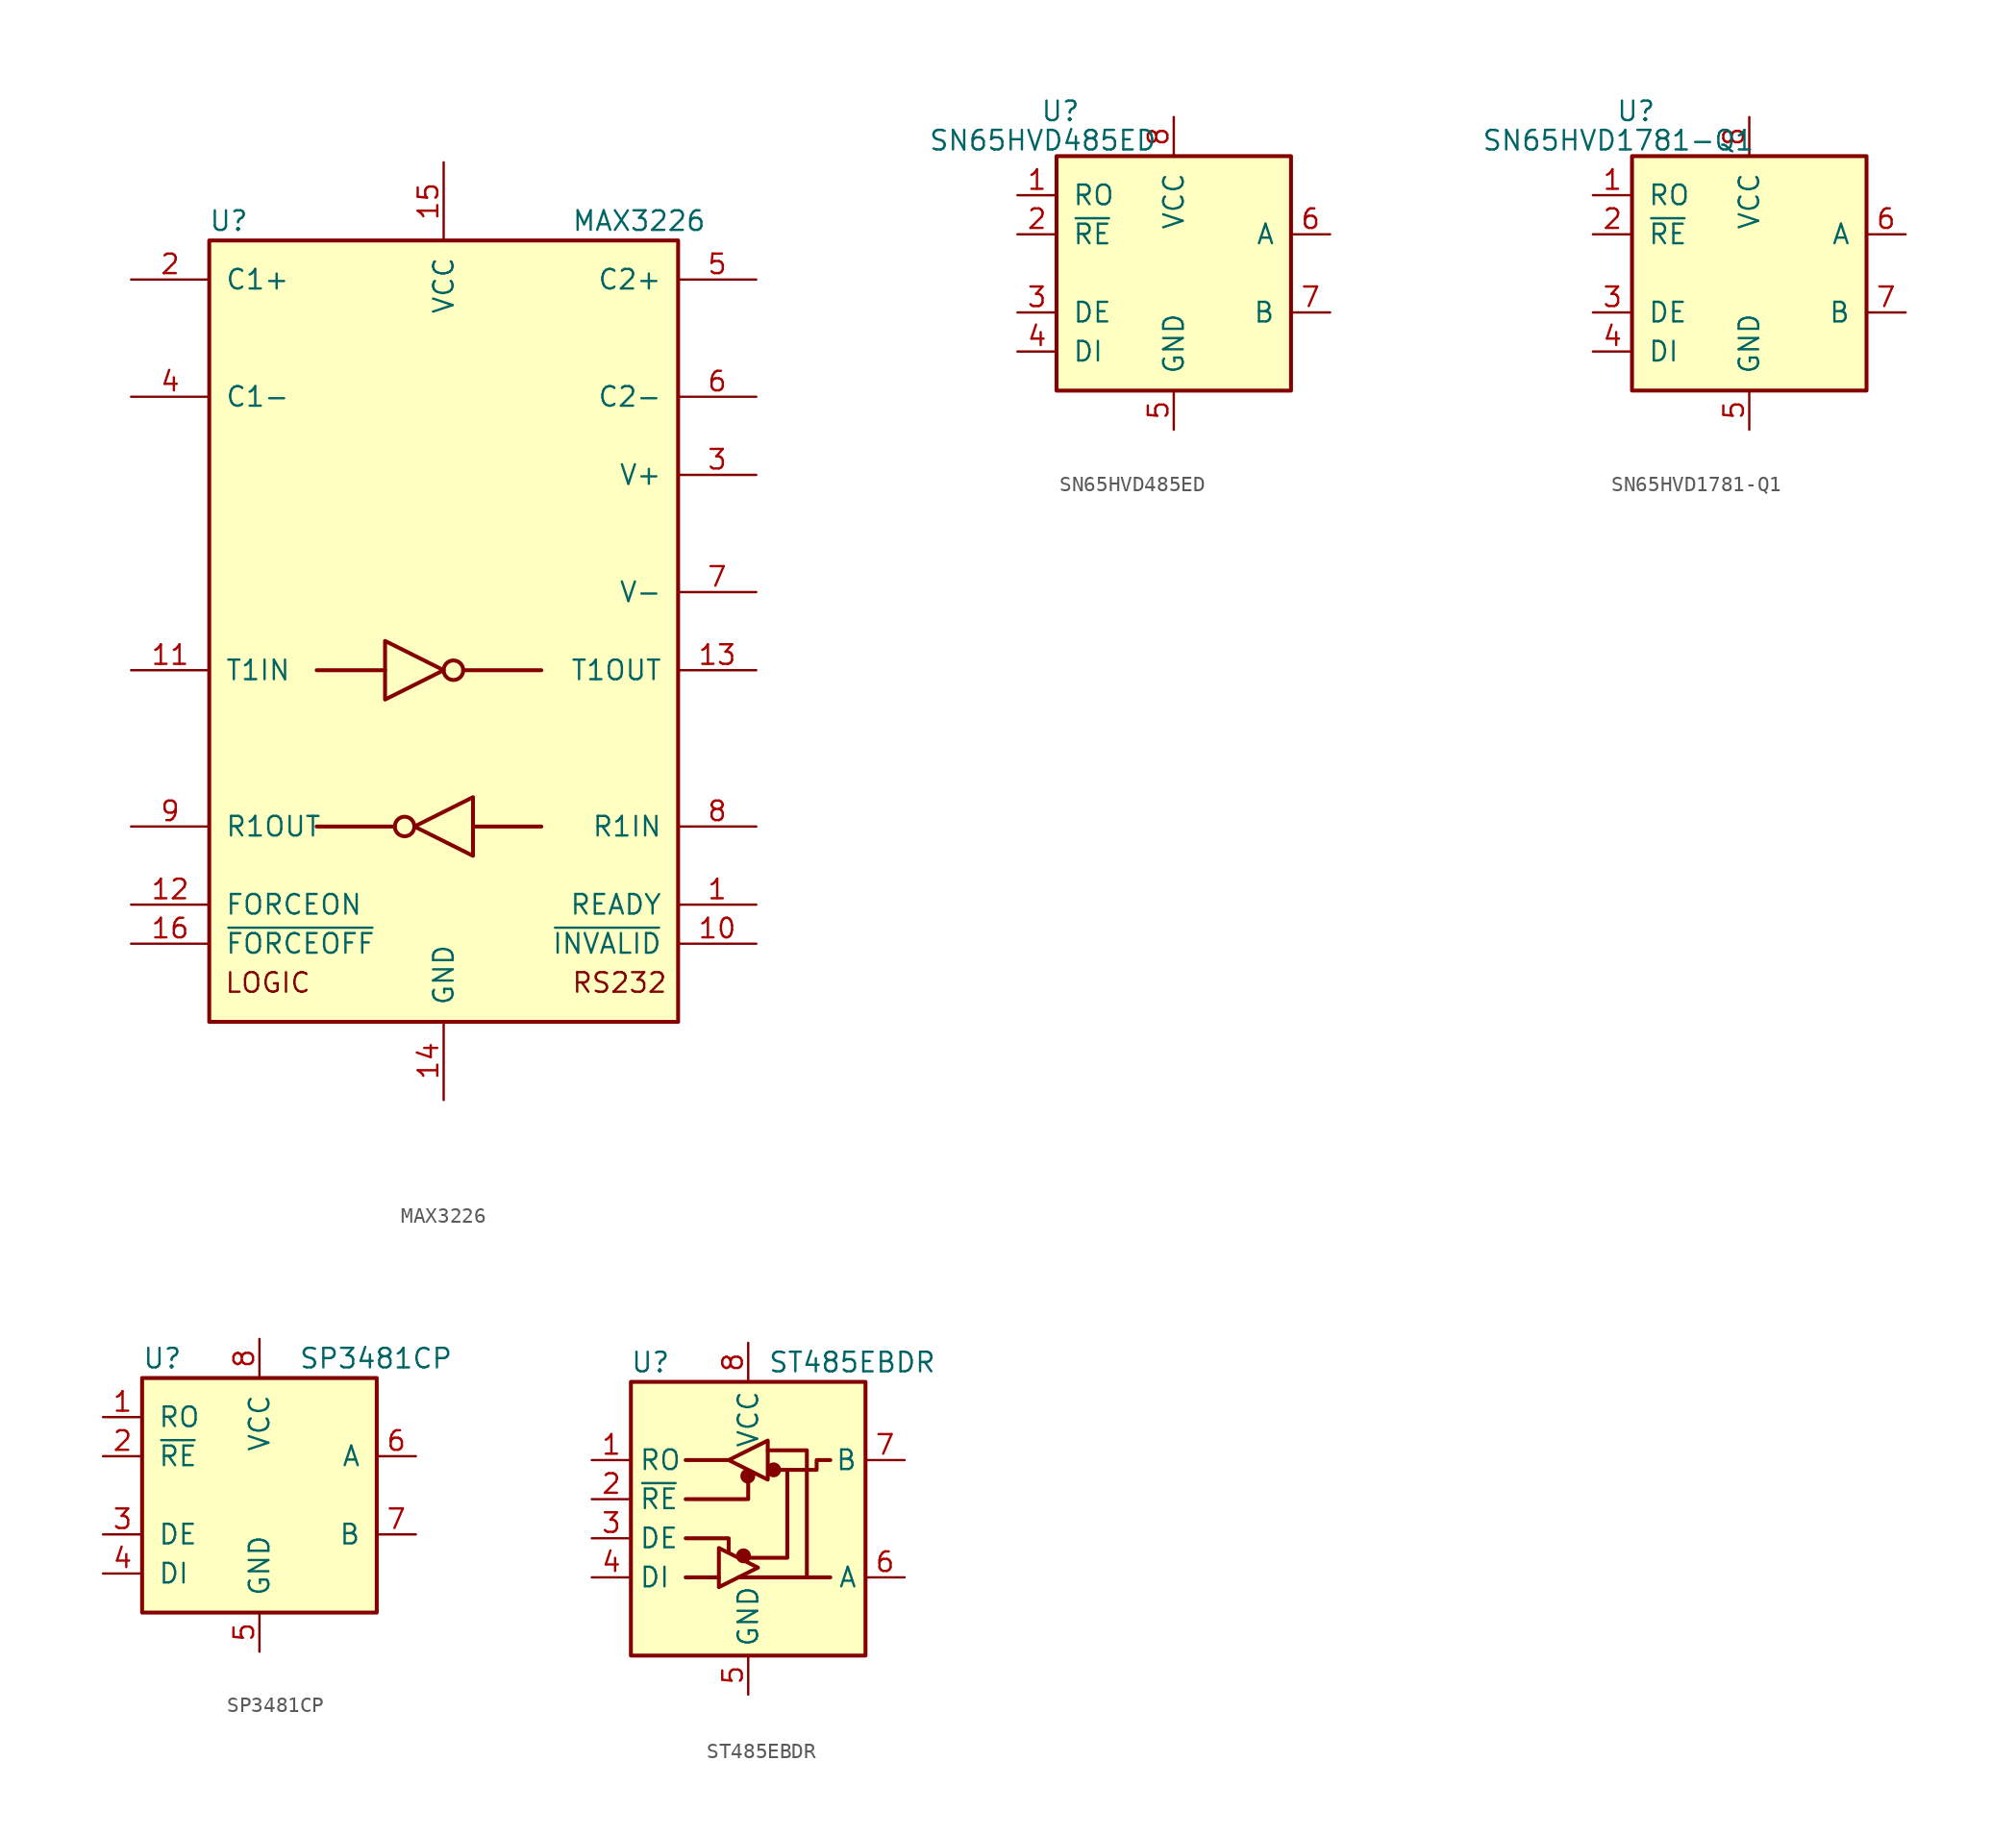
<source format=kicad_sym>
(kicad_symbol_lib
  (version 20201005)
  (generator kicad_symbol_editor)
  (symbol "MAX3226"
    (pin_names
      (offset 1.016))
    (property "Reference" "U"
      (at -13.97 26.67 0)
      (effects (font (size 1.27 1.27))))
    (property "Value" "MAX3226"
      (at 12.7 26.67 0)
      (effects (font (size 1.27 1.27))))
    (symbol "MAX3226_0_0"
      (text "LOGIC" (at -11.43 -22.86 0) (effects (font (size 1.27 1.27))))
      (text "RS232" (at 11.43 -22.86 0) (effects (font (size 1.27 1.27)))))
    (symbol "MAX3226_0_1"
      (circle (center -2.54 -12.7) (radius 0.635) (stroke (width 0.254)) (fill (type none)))
      (circle (center 0.635 -2.54) (radius 0.635) (stroke (width 0.254)) (fill (type none)))
      (rectangle (start -15.24 -25.4) (end 15.24 25.4) (stroke (width 0.254)) (fill (type background)))
      (polyline (pts (xy -3.81 -2.54) (xy -8.255 -2.54)) (stroke (width 0.254)) (fill (type none)))
      (polyline (pts (xy -3.175 -12.7) (xy -8.255 -12.7)) (stroke (width 0.254)) (fill (type none)))
      (polyline (pts (xy 1.27 -2.54) (xy 6.35 -2.54)) (stroke (width 0.254)) (fill (type none)))
      (polyline (pts (xy 1.905 -12.7) (xy 6.35 -12.7)) (stroke (width 0.254)) (fill (type none)))
      (polyline (pts (xy -3.81 -0.635) (xy -3.81 -4.445) (xy 0 -2.54) (xy -3.81 -0.635)) (stroke (width 0.254)) (fill (type none)))
      (polyline (pts (xy 1.905 -10.795) (xy 1.905 -14.605) (xy -1.905 -12.7) (xy 1.905 -10.795)) (stroke (width 0.254)) (fill (type none))))
    (symbol "MAX3226_1_1"
      (pin output line (at 20.32 -17.78 180) (length 5.08) (name "READY" (effects (font (size 1.27 1.27)))) (number "1" (effects (font (size 1.27 1.27)))))
      (pin output line (at 20.32 -20.32 180) (length 5.08) (name "~INVALID" (effects (font (size 1.27 1.27)))) (number "10" (effects (font (size 1.27 1.27)))))
      (pin input line (at -20.32 -2.54 0) (length 5.08) (name "T1IN" (effects (font (size 1.27 1.27)))) (number "11" (effects (font (size 1.27 1.27)))))
      (pin input line (at -20.32 -17.78 0) (length 5.08) (name "FORCEON" (effects (font (size 1.27 1.27)))) (number "12" (effects (font (size 1.27 1.27)))))
      (pin output line (at 20.32 -2.54 180) (length 5.08) (name "T1OUT" (effects (font (size 1.27 1.27)))) (number "13" (effects (font (size 1.27 1.27)))))
      (pin power_in line (at 0 -30.48 90) (length 5.08) (name "GND" (effects (font (size 1.27 1.27)))) (number "14" (effects (font (size 1.27 1.27)))))
      (pin power_in line (at 0 30.48 270) (length 5.08) (name "VCC" (effects (font (size 1.27 1.27)))) (number "15" (effects (font (size 1.27 1.27)))))
      (pin input line (at -20.32 -20.32 0) (length 5.08) (name "~FORCEOFF" (effects (font (size 1.27 1.27)))) (number "16" (effects (font (size 1.27 1.27)))))
      (pin passive line (at -20.32 22.86 0) (length 5.08) (name "C1+" (effects (font (size 1.27 1.27)))) (number "2" (effects (font (size 1.27 1.27)))))
      (pin power_out line (at 20.32 10.16 180) (length 5.08) (name "V+" (effects (font (size 1.27 1.27)))) (number "3" (effects (font (size 1.27 1.27)))))
      (pin passive line (at -20.32 15.24 0) (length 5.08) (name "C1-" (effects (font (size 1.27 1.27)))) (number "4" (effects (font (size 1.27 1.27)))))
      (pin passive line (at 20.32 22.86 180) (length 5.08) (name "C2+" (effects (font (size 1.27 1.27)))) (number "5" (effects (font (size 1.27 1.27)))))
      (pin passive line (at 20.32 15.24 180) (length 5.08) (name "C2-" (effects (font (size 1.27 1.27)))) (number "6" (effects (font (size 1.27 1.27)))))
      (pin power_out line (at 20.32 2.54 180) (length 5.08) (name "V-" (effects (font (size 1.27 1.27)))) (number "7" (effects (font (size 1.27 1.27)))))
      (pin input line (at 20.32 -12.7 180) (length 5.08) (name "R1IN" (effects (font (size 1.27 1.27)))) (number "8" (effects (font (size 1.27 1.27)))))
      (pin output line (at -20.32 -12.7 0) (length 5.08) (name "R1OUT" (effects (font (size 1.27 1.27)))) (number "9" (effects (font (size 1.27 1.27)))))))
  (symbol "SN65HVD485ED"
    (pin_names
      (offset 1.016))
    (property "Reference" "U"
      (at -7.366 10.541 0)
      (effects (font (size 1.27 1.27))))
    (property "Value" "SN65HVD485ED"
      (at -8.509 8.636 0)
      (effects (font (size 1.27 1.27))))
    (symbol "SN65HVD485ED_1_1"
      (rectangle (start -7.62 7.62) (end 7.62 -7.62) (stroke (width 0.254)) (fill (type background)))
      (pin output line (at -10.16 5.08 0) (length 2.54) (name "RO" (effects (font (size 1.27 1.27)))) (number "1" (effects (font (size 1.27 1.27)))))
      (pin input line (at -10.16 2.54 0) (length 2.54) (name "~RE~" (effects (font (size 1.27 1.27)))) (number "2" (effects (font (size 1.27 1.27)))))
      (pin input line (at -10.16 -2.54 0) (length 2.54) (name "DE" (effects (font (size 1.27 1.27)))) (number "3" (effects (font (size 1.27 1.27)))))
      (pin input line (at -10.16 -5.08 0) (length 2.54) (name "DI" (effects (font (size 1.27 1.27)))) (number "4" (effects (font (size 1.27 1.27)))))
      (pin power_in line (at 0 -10.16 90) (length 2.54) (name "GND" (effects (font (size 1.27 1.27)))) (number "5" (effects (font (size 1.27 1.27)))))
      (pin bidirectional line (at 10.16 2.54 180) (length 2.54) (name "A" (effects (font (size 1.27 1.27)))) (number "6" (effects (font (size 1.27 1.27)))))
      (pin bidirectional line (at 10.16 -2.54 180) (length 2.54) (name "B" (effects (font (size 1.27 1.27)))) (number "7" (effects (font (size 1.27 1.27)))))
      (pin power_in line (at 0 10.16 270) (length 2.54) (name "VCC" (effects (font (size 1.27 1.27)))) (number "8" (effects (font (size 1.27 1.27)))))))
  (symbol "SN65HVD1781-Q1"
    (pin_names
      (offset 1.016))
    (property "Reference" "U"
      (at -7.366 10.541 0)
      (effects (font (size 1.27 1.27))))
    (property "Value" "SN65HVD1781-Q1"
      (at -8.509 8.636 0)
      (effects (font (size 1.27 1.27))))
    (symbol "SN65HVD1781-Q1_1_1"
      (rectangle (start -7.62 7.62) (end 7.62 -7.62) (stroke (width 0.254)) (fill (type background)))
      (pin output line (at -10.16 5.08 0) (length 2.54) (name "RO" (effects (font (size 1.27 1.27)))) (number "1" (effects (font (size 1.27 1.27)))))
      (pin input line (at -10.16 2.54 0) (length 2.54) (name "~RE~" (effects (font (size 1.27 1.27)))) (number "2" (effects (font (size 1.27 1.27)))))
      (pin input line (at -10.16 -2.54 0) (length 2.54) (name "DE" (effects (font (size 1.27 1.27)))) (number "3" (effects (font (size 1.27 1.27)))))
      (pin input line (at -10.16 -5.08 0) (length 2.54) (name "DI" (effects (font (size 1.27 1.27)))) (number "4" (effects (font (size 1.27 1.27)))))
      (pin power_in line (at 0 -10.16 90) (length 2.54) (name "GND" (effects (font (size 1.27 1.27)))) (number "5" (effects (font (size 1.27 1.27)))))
      (pin bidirectional line (at 10.16 2.54 180) (length 2.54) (name "A" (effects (font (size 1.27 1.27)))) (number "6" (effects (font (size 1.27 1.27)))))
      (pin bidirectional line (at 10.16 -2.54 180) (length 2.54) (name "B" (effects (font (size 1.27 1.27)))) (number "7" (effects (font (size 1.27 1.27)))))
      (pin power_in line (at 0 10.16 270) (length 2.54) (name "VCC" (effects (font (size 1.27 1.27)))) (number "8" (effects (font (size 1.27 1.27)))))))
  (symbol "SP3481CP"
    (pin_names
      (offset 1.016))
    (property "Reference" "U"
      (at -7.62 8.89 0)
      (effects (font (size 1.27 1.27)) (justify left)))
    (property "Value" "SP3481CP"
      (at 2.54 8.89 0)
      (effects (font (size 1.27 1.27)) (justify left)))
    (symbol "SP3481CP_0_1"
      (rectangle (start -7.62 7.62) (end 7.62 -7.62) (stroke (width 0.254)) (fill (type background))))
    (symbol "SP3481CP_1_1"
      (pin output line (at -10.16 5.08 0) (length 2.54) (name "RO" (effects (font (size 1.27 1.27)))) (number "1" (effects (font (size 1.27 1.27)))))
      (pin input line (at -10.16 2.54 0) (length 2.54) (name "~RE~" (effects (font (size 1.27 1.27)))) (number "2" (effects (font (size 1.27 1.27)))))
      (pin input line (at -10.16 -2.54 0) (length 2.54) (name "DE" (effects (font (size 1.27 1.27)))) (number "3" (effects (font (size 1.27 1.27)))))
      (pin input line (at -10.16 -5.08 0) (length 2.54) (name "DI" (effects (font (size 1.27 1.27)))) (number "4" (effects (font (size 1.27 1.27)))))
      (pin power_in line (at 0 -10.16 90) (length 2.54) (name "GND" (effects (font (size 1.27 1.27)))) (number "5" (effects (font (size 1.27 1.27)))))
      (pin bidirectional line (at 10.16 2.54 180) (length 2.54) (name "A" (effects (font (size 1.27 1.27)))) (number "6" (effects (font (size 1.27 1.27)))))
      (pin bidirectional line (at 10.16 -2.54 180) (length 2.54) (name "B" (effects (font (size 1.27 1.27)))) (number "7" (effects (font (size 1.27 1.27)))))
      (pin power_in line (at 0 10.16 270) (length 2.54) (name "VCC" (effects (font (size 1.27 1.27)))) (number "8" (effects (font (size 1.27 1.27)))))))
  (symbol "ST485EBDR"
    (property "Reference" "U"
      (at -6.35 8.89 0)
      (effects (font (size 1.27 1.27))))
    (property "Value" "ST485EBDR"
      (at 1.27 8.89 0)
      (effects (font (size 1.27 1.27)) (justify left)))
    (symbol "ST485EBDR_0_1"
      (circle (center -0.305 -3.683) (radius 0.356) (stroke (width 0.254)) (fill (type outline)))
      (circle (center -0.025 1.499) (radius 0.356) (stroke (width 0.254)) (fill (type outline)))
      (circle (center 1.651 1.905) (radius 0.356) (stroke (width 0.254)) (fill (type outline)))
      (rectangle (start -7.62 7.62) (end 7.62 -10.16) (stroke (width 0.254)) (fill (type background)))
      (rectangle (start 1.27 3.175) (end 1.27 3.175) (stroke (width 0)) (fill (type none)))
      (polyline (pts (xy -4.064 -5.08) (xy -1.905 -5.08)) (stroke (width 0.254)) (fill (type none)))
      (polyline (pts (xy -4.064 2.54) (xy -1.27 2.54)) (stroke (width 0.254)) (fill (type none)))
      (polyline (pts (xy -1.27 -3.2) (xy -1.27 -3.454)) (stroke (width 0.254)) (fill (type none)))
      (polyline (pts (xy -0.635 -5.08) (xy 5.334 -5.08)) (stroke (width 0.254)) (fill (type none)))
      (polyline (pts (xy -4.064 -2.54) (xy -1.27 -2.54) (xy -1.27 -3.175)) (stroke (width 0.254)) (fill (type none)))
      (polyline (pts (xy 0 1.27) (xy 0 0) (xy -4.064 0)) (stroke (width 0.254)) (fill (type none)))
      (polyline (pts (xy 1.27 3.175) (xy 3.81 3.175) (xy 3.81 -5.08)) (stroke (width 0.254)) (fill (type none)))
      (polyline (pts (xy 2.54 1.905) (xy 2.54 -3.81) (xy 0 -3.81)) (stroke (width 0.254)) (fill (type none)))
      (polyline (pts (xy -1.905 -3.175) (xy -1.905 -5.715) (xy 0.635 -4.445) (xy -1.905 -3.175)) (stroke (width 0.254)) (fill (type none)))
      (polyline (pts (xy -1.27 2.54) (xy 1.27 3.81) (xy 1.27 1.27) (xy -1.27 2.54)) (stroke (width 0.254)) (fill (type none)))
      (polyline (pts (xy 1.905 1.905) (xy 4.445 1.905) (xy 4.445 2.54) (xy 5.334 2.54)) (stroke (width 0.254)) (fill (type none))))
    (symbol "ST485EBDR_1_1"
      (pin output line (at -10.16 2.54 0) (length 2.54) (name "RO" (effects (font (size 1.27 1.27)))) (number "1" (effects (font (size 1.27 1.27)))))
      (pin input line (at -10.16 0 0) (length 2.54) (name "~RE" (effects (font (size 1.27 1.27)))) (number "2" (effects (font (size 1.27 1.27)))))
      (pin input line (at -10.16 -2.54 0) (length 2.54) (name "DE" (effects (font (size 1.27 1.27)))) (number "3" (effects (font (size 1.27 1.27)))))
      (pin input line (at -10.16 -5.08 0) (length 2.54) (name "DI" (effects (font (size 1.27 1.27)))) (number "4" (effects (font (size 1.27 1.27)))))
      (pin power_in line (at 0 -12.7 90) (length 2.54) (name "GND" (effects (font (size 1.27 1.27)))) (number "5" (effects (font (size 1.27 1.27)))))
      (pin bidirectional line (at 10.16 -5.08 180) (length 2.54) (name "A" (effects (font (size 1.27 1.27)))) (number "6" (effects (font (size 1.27 1.27)))))
      (pin bidirectional line (at 10.16 2.54 180) (length 2.54) (name "B" (effects (font (size 1.27 1.27)))) (number "7" (effects (font (size 1.27 1.27)))))
      (pin power_in line (at 0 10.16 270) (length 2.54) (name "VCC" (effects (font (size 1.27 1.27)))) (number "8" (effects (font (size 1.27 1.27))))))))
</source>
